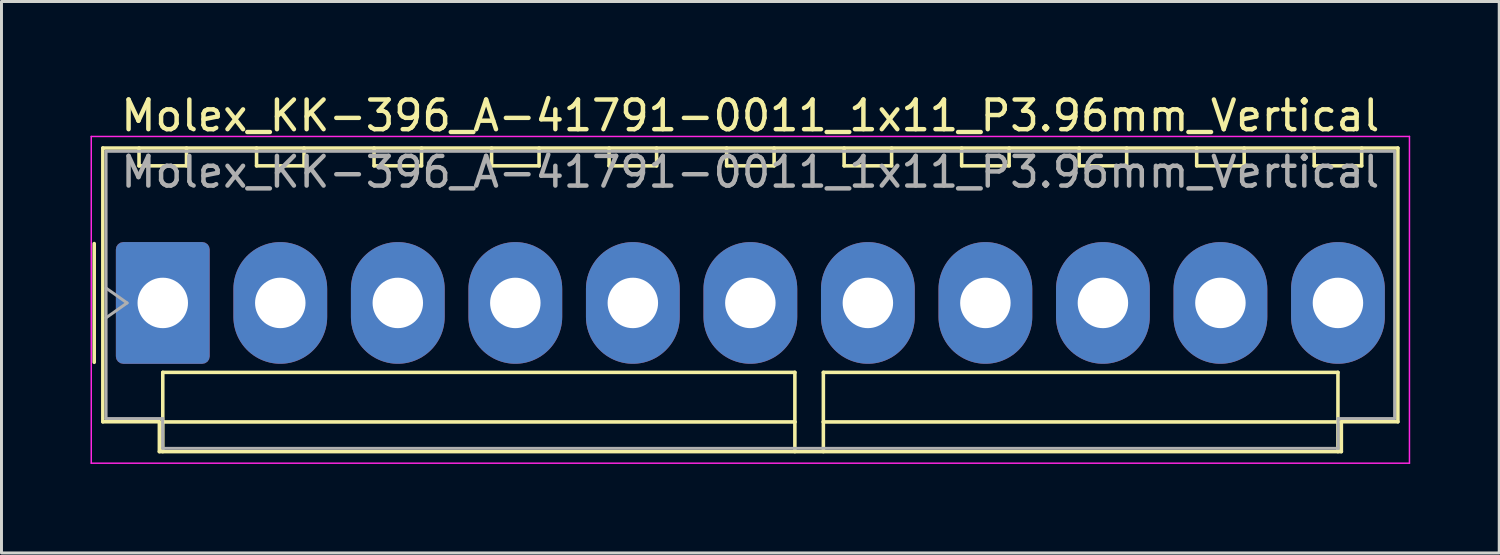
<source format=kicad_pcb>
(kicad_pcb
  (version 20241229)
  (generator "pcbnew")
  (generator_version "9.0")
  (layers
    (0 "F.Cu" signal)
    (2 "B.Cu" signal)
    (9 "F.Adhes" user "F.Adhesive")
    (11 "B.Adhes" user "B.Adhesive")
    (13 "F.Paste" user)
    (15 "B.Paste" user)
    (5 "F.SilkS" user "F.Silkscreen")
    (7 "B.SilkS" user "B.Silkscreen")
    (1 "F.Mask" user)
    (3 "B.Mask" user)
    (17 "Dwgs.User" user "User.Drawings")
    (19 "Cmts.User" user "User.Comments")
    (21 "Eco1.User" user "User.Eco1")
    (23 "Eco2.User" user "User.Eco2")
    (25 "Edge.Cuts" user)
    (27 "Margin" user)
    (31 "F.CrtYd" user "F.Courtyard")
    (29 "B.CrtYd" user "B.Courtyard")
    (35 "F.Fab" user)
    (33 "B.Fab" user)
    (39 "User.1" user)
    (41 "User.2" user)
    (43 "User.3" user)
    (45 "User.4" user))
  (footprint "Molex_KK-396_A-41791-0011_1x11_P3.96mm_Vertical"
    (layer "F.Cu")
    (at 2.435 7.158)
    (property "Reference" "Molex_KK-396_A-41791-0011_1x11_P3.96mm_Vertical" (at 19.8 -6.31 0) (layer "F.SilkS") (effects (font (size 1 1) (thickness 0.15))))
    (attr through_hole)
    (fp_line (start -2.31 -2) (end -2.31 2) (stroke (width 0.12) (type solid)) (layer "F.SilkS"))
    (fp_line (start -2.02 -5.22) (end 41.62 -5.22) (stroke (width 0.12) (type solid)) (layer "F.SilkS"))
    (fp_line (start -2.02 4.005) (end -2.02 -5.22) (stroke (width 0.12) (type solid)) (layer "F.SilkS"))
    (fp_line (start -0.8 -5.22) (end -0.8 -4.62) (stroke (width 0.12) (type solid)) (layer "F.SilkS"))
    (fp_line (start -0.8 -4.62) (end 0.8 -4.62) (stroke (width 0.12) (type solid)) (layer "F.SilkS"))
    (fp_line (start -0.115 4.005) (end -2.02 4.005) (stroke (width 0.12) (type solid)) (layer "F.SilkS"))
    (fp_line (start -0.115 5.01) (end -0.115 4.005) (stroke (width 0.12) (type solid)) (layer "F.SilkS"))
    (fp_line (start 0 2.34) (end 21.3 2.34) (stroke (width 0.12) (type solid)) (layer "F.SilkS"))
    (fp_line (start 0 4.01) (end 0 2.34) (stroke (width 0.12) (type solid)) (layer "F.SilkS"))
    (fp_line (start 0 4.01) (end 21.3 4.01) (stroke (width 0.12) (type solid)) (layer "F.SilkS"))
    (fp_line (start 0 5.01) (end 0 4.01) (stroke (width 0.12) (type solid)) (layer "F.SilkS"))
    (fp_line (start 0.8 -4.62) (end 0.8 -5.22) (stroke (width 0.12) (type solid)) (layer "F.SilkS"))
    (fp_line (start 3.16 -5.22) (end 3.16 -4.62) (stroke (width 0.12) (type solid)) (layer "F.SilkS"))
    (fp_line (start 3.16 -4.62) (end 4.76 -4.62) (stroke (width 0.12) (type solid)) (layer "F.SilkS"))
    (fp_line (start 4.76 -4.62) (end 4.76 -5.22) (stroke (width 0.12) (type solid)) (layer "F.SilkS"))
    (fp_line (start 7.12 -5.22) (end 7.12 -4.62) (stroke (width 0.12) (type solid)) (layer "F.SilkS"))
    (fp_line (start 7.12 -4.62) (end 8.72 -4.62) (stroke (width 0.12) (type solid)) (layer "F.SilkS"))
    (fp_line (start 8.72 -4.62) (end 8.72 -5.22) (stroke (width 0.12) (type solid)) (layer "F.SilkS"))
    (fp_line (start 11.08 -5.22) (end 11.08 -4.62) (stroke (width 0.12) (type solid)) (layer "F.SilkS"))
    (fp_line (start 11.08 -4.62) (end 12.68 -4.62) (stroke (width 0.12) (type solid)) (layer "F.SilkS"))
    (fp_line (start 12.68 -4.62) (end 12.68 -5.22) (stroke (width 0.12) (type solid)) (layer "F.SilkS"))
    (fp_line (start 15.04 -5.22) (end 15.04 -4.62) (stroke (width 0.12) (type solid)) (layer "F.SilkS"))
    (fp_line (start 15.04 -4.62) (end 16.64 -4.62) (stroke (width 0.12) (type solid)) (layer "F.SilkS"))
    (fp_line (start 16.64 -4.62) (end 16.64 -5.22) (stroke (width 0.12) (type solid)) (layer "F.SilkS"))
    (fp_line (start 19 -5.22) (end 19 -4.62) (stroke (width 0.12) (type solid)) (layer "F.SilkS"))
    (fp_line (start 19 -4.62) (end 20.6 -4.62) (stroke (width 0.12) (type solid)) (layer "F.SilkS"))
    (fp_line (start 20.6 -4.62) (end 20.6 -5.22) (stroke (width 0.12) (type solid)) (layer "F.SilkS"))
    (fp_line (start 21.3 2.34) (end 21.3 4.01) (stroke (width 0.12) (type solid)) (layer "F.SilkS"))
    (fp_line (start 21.3 4.01) (end 21.3 5.01) (stroke (width 0.12) (type solid)) (layer "F.SilkS"))
    (fp_line (start 22.26 2.34) (end 39.6 2.34) (stroke (width 0.12) (type solid)) (layer "F.SilkS"))
    (fp_line (start 22.26 4.01) (end 22.26 2.34) (stroke (width 0.12) (type solid)) (layer "F.SilkS"))
    (fp_line (start 22.26 4.01) (end 39.6 4.01) (stroke (width 0.12) (type solid)) (layer "F.SilkS"))
    (fp_line (start 22.26 5.01) (end 22.26 4.01) (stroke (width 0.12) (type solid)) (layer "F.SilkS"))
    (fp_line (start 22.96 -5.22) (end 22.96 -4.62) (stroke (width 0.12) (type solid)) (layer "F.SilkS"))
    (fp_line (start 22.96 -4.62) (end 24.56 -4.62) (stroke (width 0.12) (type solid)) (layer "F.SilkS"))
    (fp_line (start 24.56 -4.62) (end 24.56 -5.22) (stroke (width 0.12) (type solid)) (layer "F.SilkS"))
    (fp_line (start 26.92 -5.22) (end 26.92 -4.62) (stroke (width 0.12) (type solid)) (layer "F.SilkS"))
    (fp_line (start 26.92 -4.62) (end 28.52 -4.62) (stroke (width 0.12) (type solid)) (layer "F.SilkS"))
    (fp_line (start 28.52 -4.62) (end 28.52 -5.22) (stroke (width 0.12) (type solid)) (layer "F.SilkS"))
    (fp_line (start 30.88 -5.22) (end 30.88 -4.62) (stroke (width 0.12) (type solid)) (layer "F.SilkS"))
    (fp_line (start 30.88 -4.62) (end 32.48 -4.62) (stroke (width 0.12) (type solid)) (layer "F.SilkS"))
    (fp_line (start 32.48 -4.62) (end 32.48 -5.22) (stroke (width 0.12) (type solid)) (layer "F.SilkS"))
    (fp_line (start 34.84 -5.22) (end 34.84 -4.62) (stroke (width 0.12) (type solid)) (layer "F.SilkS"))
    (fp_line (start 34.84 -4.62) (end 36.44 -4.62) (stroke (width 0.12) (type solid)) (layer "F.SilkS"))
    (fp_line (start 36.44 -4.62) (end 36.44 -5.22) (stroke (width 0.12) (type solid)) (layer "F.SilkS"))
    (fp_line (start 38.8 -5.22) (end 38.8 -4.62) (stroke (width 0.12) (type solid)) (layer "F.SilkS"))
    (fp_line (start 38.8 -4.62) (end 40.4 -4.62) (stroke (width 0.12) (type solid)) (layer "F.SilkS"))
    (fp_line (start 39.6 2.34) (end 39.6 4.01) (stroke (width 0.12) (type solid)) (layer "F.SilkS"))
    (fp_line (start 39.6 4.01) (end 39.6 5.01) (stroke (width 0.12) (type solid)) (layer "F.SilkS"))
    (fp_line (start 39.715 4.005) (end 39.715 5.01) (stroke (width 0.12) (type solid)) (layer "F.SilkS"))
    (fp_line (start 39.715 5.01) (end -0.115 5.01) (stroke (width 0.12) (type solid)) (layer "F.SilkS"))
    (fp_line (start 40.4 -4.62) (end 40.4 -5.22) (stroke (width 0.12) (type solid)) (layer "F.SilkS"))
    (fp_line (start 41.62 -5.22) (end 41.62 4.005) (stroke (width 0.12) (type solid)) (layer "F.SilkS"))
    (fp_line (start 41.62 4.005) (end 39.715 4.005) (stroke (width 0.12) (type solid)) (layer "F.SilkS"))
    (fp_line (start -2.41 -5.61) (end -2.41 5.4) (stroke (width 0.05) (type solid)) (layer "F.CrtYd"))
    (fp_line (start -2.41 5.4) (end 42.01 5.4) (stroke (width 0.05) (type solid)) (layer "F.CrtYd"))
    (fp_line (start 42.01 -5.61) (end -2.41 -5.61) (stroke (width 0.05) (type solid)) (layer "F.CrtYd"))
    (fp_line (start 42.01 5.4) (end 42.01 -5.61) (stroke (width 0.05) (type solid)) (layer "F.CrtYd"))
    (fp_line (start -1.91 -5.11) (end 41.51 -5.11) (stroke (width 0.1) (type solid)) (layer "F.Fab"))
    (fp_line (start -1.91 -0.5) (end -1.203 0) (stroke (width 0.1) (type solid)) (layer "F.Fab"))
    (fp_line (start -1.91 3.895) (end -1.91 -5.11) (stroke (width 0.1) (type solid)) (layer "F.Fab"))
    (fp_line (start -1.203 0) (end -1.91 0.5) (stroke (width 0.1) (type solid)) (layer "F.Fab"))
    (fp_line (start -0.005 3.895) (end -1.91 3.895) (stroke (width 0.1) (type solid)) (layer "F.Fab"))
    (fp_line (start -0.005 4.9) (end -0.005 3.895) (stroke (width 0.1) (type solid)) (layer "F.Fab"))
    (fp_line (start 39.605 3.895) (end 39.605 4.9) (stroke (width 0.1) (type solid)) (layer "F.Fab"))
    (fp_line (start 39.605 4.9) (end -0.005 4.9) (stroke (width 0.1) (type solid)) (layer "F.Fab"))
    (fp_line (start 41.51 -5.11) (end 41.51 3.895) (stroke (width 0.1) (type solid)) (layer "F.Fab"))
    (fp_line (start 41.51 3.895) (end 39.605 3.895) (stroke (width 0.1) (type solid)) (layer "F.Fab"))
    (fp_text user "${REFERENCE}" (at 19.8 -4.41 0) (layer "F.Fab") (effects (font (size 1 1) (thickness 0.15))))
    (pad "1" thru_hole roundrect (at 0 0) (size 3.16 4.1) (drill 1.7) (layers "*.Cu" "*.Mask") (roundrect_rratio 0.079))
    (pad "2" thru_hole oval (at 3.96 0) (size 3.16 4.1) (drill 1.7) (layers "*.Cu" "*.Mask"))
    (pad "3" thru_hole oval (at 7.92 0) (size 3.16 4.1) (drill 1.7) (layers "*.Cu" "*.Mask"))
    (pad "4" thru_hole oval (at 11.88 0) (size 3.16 4.1) (drill 1.7) (layers "*.Cu" "*.Mask"))
    (pad "5" thru_hole oval (at 15.84 0) (size 3.16 4.1) (drill 1.7) (layers "*.Cu" "*.Mask"))
    (pad "6" thru_hole oval (at 19.8 0) (size 3.16 4.1) (drill 1.7) (layers "*.Cu" "*.Mask"))
    (pad "7" thru_hole oval (at 23.76 0) (size 3.16 4.1) (drill 1.7) (layers "*.Cu" "*.Mask"))
    (pad "8" thru_hole oval (at 27.72 0) (size 3.16 4.1) (drill 1.7) (layers "*.Cu" "*.Mask"))
    (pad "9" thru_hole oval (at 31.68 0) (size 3.16 4.1) (drill 1.7) (layers "*.Cu" "*.Mask"))
    (pad "10" thru_hole oval (at 35.64 0) (size 3.16 4.1) (drill 1.7) (layers "*.Cu" "*.Mask"))
    (pad "11" thru_hole oval (at 39.6 0) (size 3.16 4.1) (drill 1.7) (layers "*.Cu" "*.Mask")))
  (gr_rect
    (start -3 -3)
    (end 47.47 15.583)
    (stroke (width 0.1) (type default))
    (fill no)
    (layer "Edge.Cuts")))
</source>
